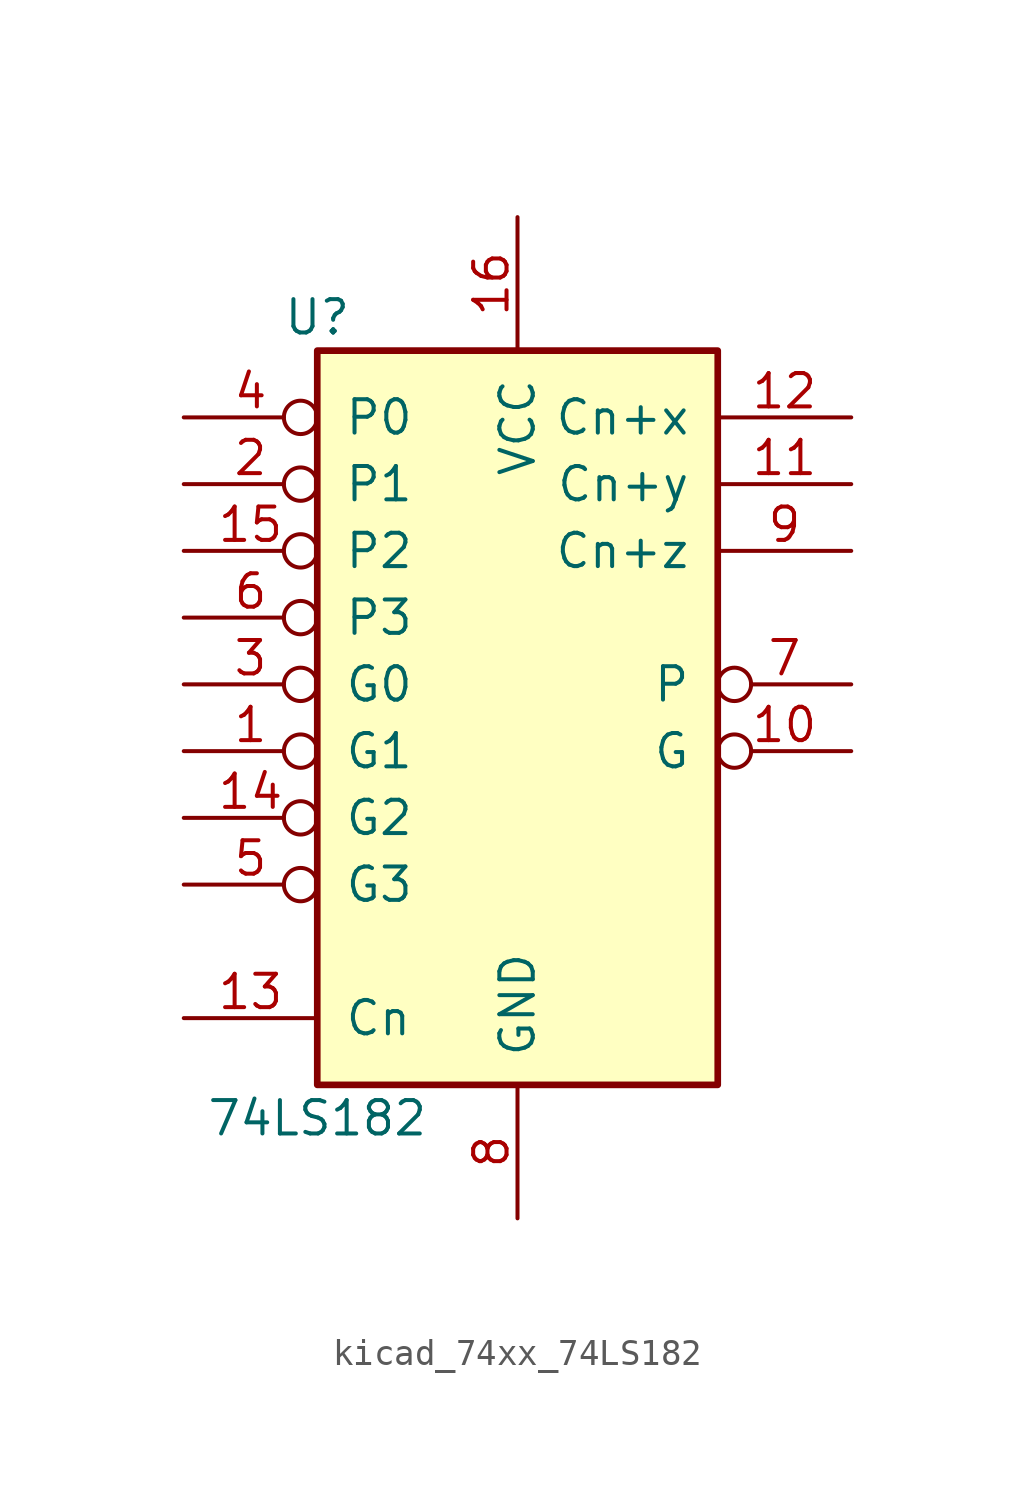
<source format=kicad_sym>
(kicad_symbol_lib
  (version 20220914)
  (generator kicad_symbol_editor)
  (symbol "kicad_74xx_74LS182"
    (pin_names
      (offset 1.016))
    (property "Reference" "U"
      (at -7.62 13.97 0)
      (effects (font (size 1.27 1.27))))
    (property "Value" "74LS182"
      (at -7.62 -16.51 0)
      (effects (font (size 1.27 1.27))))
    (property "ki_locked" ""
      (at 0 0 0)
      (effects (font (size 1.27 1.27))))
    (symbol "kicad_74xx_74LS182_1_0"
      (pin input inverted (at -12.7 -2.54 0) (length 5.08) (name "G1" (effects (font (size 1.27 1.27)))) (number "1" (effects (font (size 1.27 1.27)))))
      (pin output inverted (at 12.7 -2.54 180) (length 5.08) (name "G" (effects (font (size 1.27 1.27)))) (number "10" (effects (font (size 1.27 1.27)))))
      (pin output line (at 12.7 7.62 180) (length 5.08) (name "Cn+y" (effects (font (size 1.27 1.27)))) (number "11" (effects (font (size 1.27 1.27)))))
      (pin output line (at 12.7 10.16 180) (length 5.08) (name "Cn+x" (effects (font (size 1.27 1.27)))) (number "12" (effects (font (size 1.27 1.27)))))
      (pin input line (at -12.7 -12.7 0) (length 5.08) (name "Cn" (effects (font (size 1.27 1.27)))) (number "13" (effects (font (size 1.27 1.27)))))
      (pin input inverted (at -12.7 -5.08 0) (length 5.08) (name "G2" (effects (font (size 1.27 1.27)))) (number "14" (effects (font (size 1.27 1.27)))))
      (pin input inverted (at -12.7 5.08 0) (length 5.08) (name "P2" (effects (font (size 1.27 1.27)))) (number "15" (effects (font (size 1.27 1.27)))))
      (pin power_in line (at 0 17.78 270) (length 5.08) (name "VCC" (effects (font (size 1.27 1.27)))) (number "16" (effects (font (size 1.27 1.27)))))
      (pin input inverted (at -12.7 7.62 0) (length 5.08) (name "P1" (effects (font (size 1.27 1.27)))) (number "2" (effects (font (size 1.27 1.27)))))
      (pin input inverted (at -12.7 0 0) (length 5.08) (name "G0" (effects (font (size 1.27 1.27)))) (number "3" (effects (font (size 1.27 1.27)))))
      (pin input inverted (at -12.7 10.16 0) (length 5.08) (name "P0" (effects (font (size 1.27 1.27)))) (number "4" (effects (font (size 1.27 1.27)))))
      (pin input inverted (at -12.7 -7.62 0) (length 5.08) (name "G3" (effects (font (size 1.27 1.27)))) (number "5" (effects (font (size 1.27 1.27)))))
      (pin input inverted (at -12.7 2.54 0) (length 5.08) (name "P3" (effects (font (size 1.27 1.27)))) (number "6" (effects (font (size 1.27 1.27)))))
      (pin output inverted (at 12.7 0 180) (length 5.08) (name "P" (effects (font (size 1.27 1.27)))) (number "7" (effects (font (size 1.27 1.27)))))
      (pin power_in line (at 0 -20.32 90) (length 5.08) (name "GND" (effects (font (size 1.27 1.27)))) (number "8" (effects (font (size 1.27 1.27)))))
      (pin output line (at 12.7 5.08 180) (length 5.08) (name "Cn+z" (effects (font (size 1.27 1.27)))) (number "9" (effects (font (size 1.27 1.27))))))
    (symbol "kicad_74xx_74LS182_1_1"
      (rectangle (start -7.62 12.7) (end 7.62 -15.24) (stroke (width 0.254) (type default)) (fill (type background))))))
</source>
